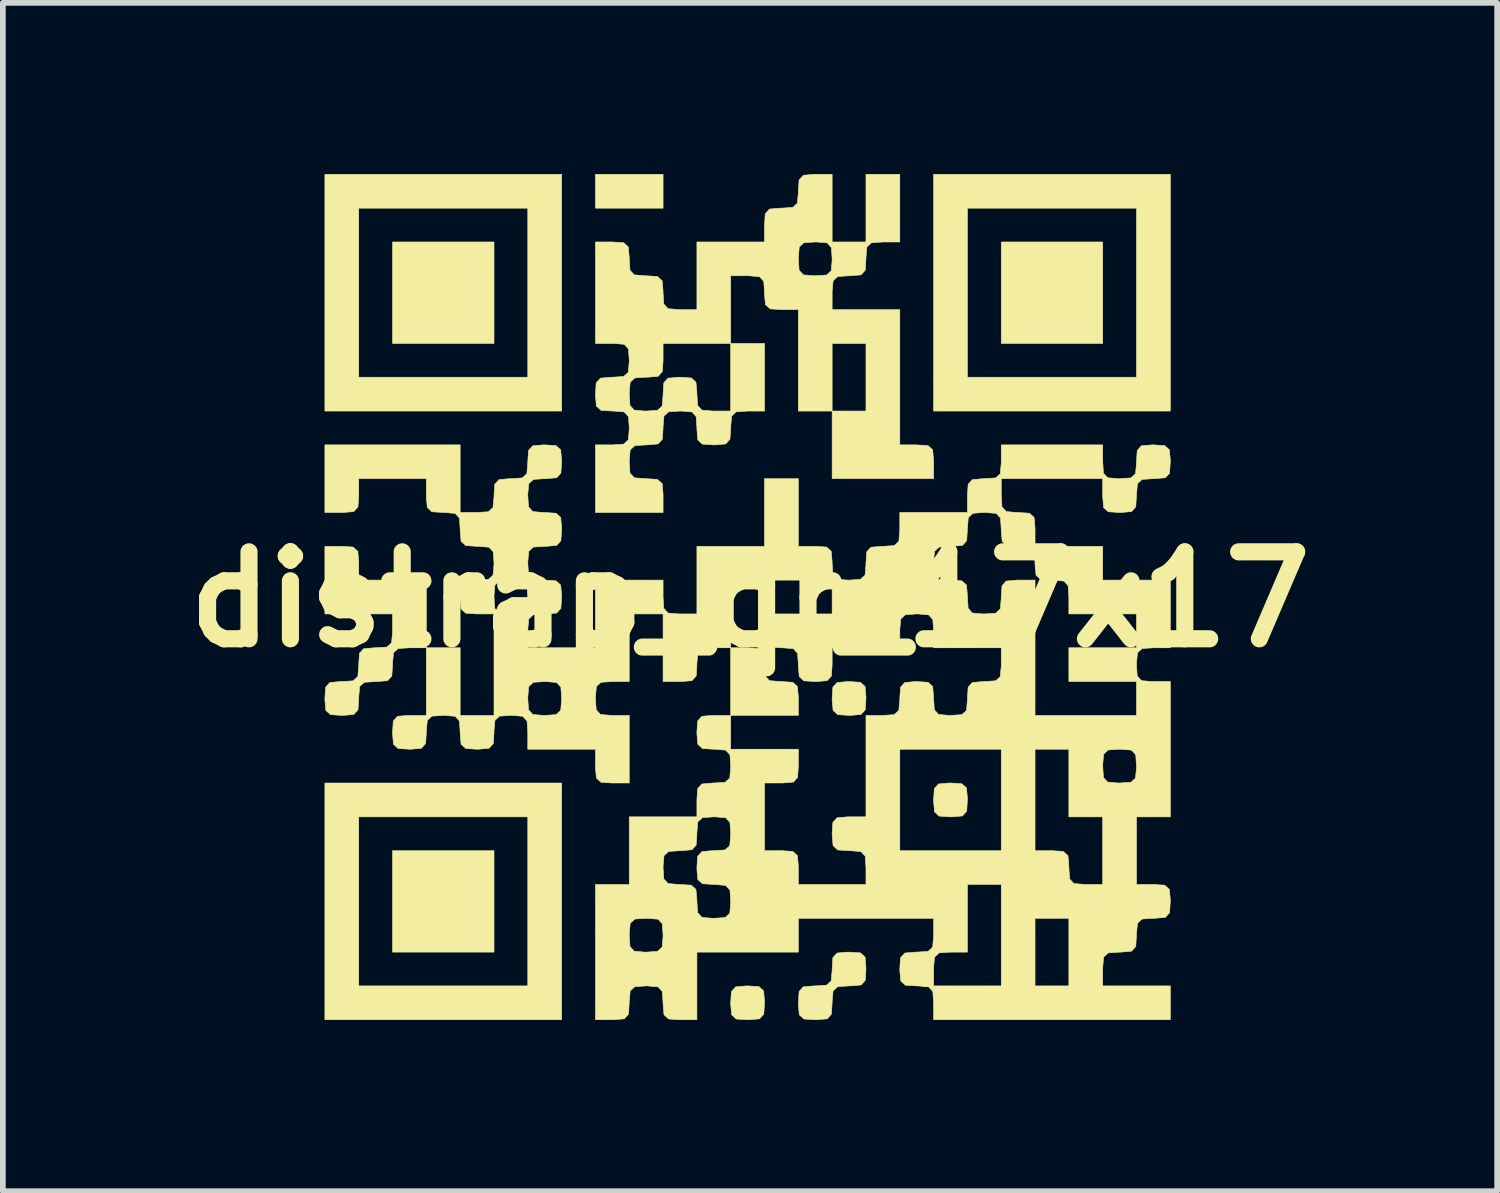
<source format=kicad_pcb>
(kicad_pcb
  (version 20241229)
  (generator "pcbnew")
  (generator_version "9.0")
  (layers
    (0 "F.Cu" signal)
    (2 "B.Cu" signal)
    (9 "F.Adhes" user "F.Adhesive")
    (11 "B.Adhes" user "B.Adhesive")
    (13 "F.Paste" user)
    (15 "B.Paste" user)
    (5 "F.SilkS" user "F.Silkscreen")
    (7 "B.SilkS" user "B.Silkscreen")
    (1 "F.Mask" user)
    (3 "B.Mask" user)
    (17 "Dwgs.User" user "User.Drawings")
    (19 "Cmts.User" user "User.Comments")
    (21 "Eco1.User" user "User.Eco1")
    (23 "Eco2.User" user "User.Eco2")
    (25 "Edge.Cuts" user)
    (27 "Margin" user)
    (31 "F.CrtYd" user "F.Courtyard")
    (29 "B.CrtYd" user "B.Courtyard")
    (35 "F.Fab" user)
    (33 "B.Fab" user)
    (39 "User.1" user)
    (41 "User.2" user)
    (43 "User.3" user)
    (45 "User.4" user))
  (footprint "distrap_qr_17x17"
    (layer "F.Cu")
    (at 10.095 7.456)
    (property "Reference" "distrap_qr_17x17" (at 0 0 0) (layer "F.SilkS") (effects (font (size 1.524 1.524) (thickness 0.3))))
    (attr through_hole)
    (fp_poly (pts (xy -4.487 -4.487) (xy -6.265 -4.487) (xy -6.265 -6.265) (xy -4.487 -6.265) (xy -4.487 -4.487)) (stroke (width 0.01) (type solid)) (fill yes) (layer "F.SilkS"))
    (fp_poly (pts (xy -4.487 6.181) (xy -6.265 6.181) (xy -6.265 4.403) (xy -4.487 4.403) (xy -4.487 6.181)) (stroke (width 0.01) (type solid)) (fill yes) (layer "F.SilkS"))
    (fp_poly (pts (xy -1.524 -6.858) (xy -2.709 -6.858) (xy -2.709 -7.451) (xy -1.524 -7.451) (xy -1.524 -6.858)) (stroke (width 0.01) (type solid)) (fill yes) (layer "F.SilkS"))
    (fp_poly (pts (xy 6.181 -4.487) (xy 4.403 -4.487) (xy 4.403 -6.265) (xy 6.181 -6.265) (xy 6.181 -4.487)) (stroke (width 0.01) (type solid)) (fill yes) (layer "F.SilkS"))
    (fp_poly (pts (xy -3.302 -3.302) (xy -7.451 -3.302) (xy -7.451 -6.858) (xy -6.858 -6.858) (xy -6.858 -3.895) (xy -3.895 -3.895) (xy -3.895 -6.858) (xy -6.858 -6.858) (xy -7.451 -6.858) (xy -7.451 -7.451) (xy -3.302 -7.451) (xy -3.302 -3.302)) (stroke (width 0.01) (type solid)) (fill yes) (layer "F.SilkS"))
    (fp_poly (pts (xy -3.302 7.366) (xy -7.451 7.366) (xy -7.451 3.81) (xy -6.858 3.81) (xy -6.858 6.773) (xy -3.895 6.773) (xy -3.895 3.81) (xy -6.858 3.81) (xy -7.451 3.81) (xy -7.451 3.217) (xy -3.302 3.217) (xy -3.302 7.366)) (stroke (width 0.01) (type solid)) (fill yes) (layer "F.SilkS"))
    (fp_poly (pts (xy 7.366 -3.302) (xy 3.217 -3.302) (xy 3.217 -6.858) (xy 3.81 -6.858) (xy 3.81 -3.895) (xy 6.773 -3.895) (xy 6.773 -6.858) (xy 3.81 -6.858) (xy 3.217 -6.858) (xy 3.217 -7.451) (xy 7.366 -7.451) (xy 7.366 -3.302)) (stroke (width 0.01) (type solid)) (fill yes) (layer "F.SilkS"))
    (fp_poly (pts (xy 0.156 6.786) (xy 0.238 6.86) (xy 0.254 7.047) (xy 0.254 7.07) (xy 0.241 7.268) (xy 0.167 7.35) (xy -0.02 7.366) (xy -0.042 7.366) (xy -0.241 7.353) (xy -0.322 7.279) (xy -0.339 7.092) (xy -0.339 7.07) (xy -0.326 6.871) (xy -0.252 6.79) (xy -0.065 6.773) (xy -0.042 6.773) (xy 0.156 6.786)) (stroke (width 0.01) (type solid)) (fill yes) (layer "F.SilkS"))
    (fp_poly (pts (xy 1.934 1.452) (xy 2.016 1.526) (xy 2.032 1.713) (xy 2.032 1.736) (xy 2.019 1.934) (xy 1.945 2.016) (xy 1.758 2.032) (xy 1.736 2.032) (xy 1.537 2.019) (xy 1.456 1.945) (xy 1.439 1.758) (xy 1.439 1.736) (xy 1.452 1.537) (xy 1.526 1.456) (xy 1.713 1.439) (xy 1.736 1.439) (xy 1.934 1.452)) (stroke (width 0.01) (type solid)) (fill yes) (layer "F.SilkS"))
    (fp_poly (pts (xy 3.712 3.23) (xy 3.794 3.304) (xy 3.81 3.491) (xy 3.81 3.514) (xy 3.797 3.712) (xy 3.723 3.794) (xy 3.536 3.81) (xy 3.514 3.81) (xy 3.315 3.797) (xy 3.234 3.723) (xy 3.217 3.536) (xy 3.217 3.514) (xy 3.23 3.315) (xy 3.304 3.234) (xy 3.491 3.217) (xy 3.514 3.217) (xy 3.712 3.23)) (stroke (width 0.01) (type solid)) (fill yes) (layer "F.SilkS"))
    (fp_poly (pts (xy 1.934 6.194) (xy 2.016 6.268) (xy 2.032 6.454) (xy 2.032 6.477) (xy 2.019 6.676) (xy 1.945 6.757) (xy 1.758 6.773) (xy 1.736 6.773) (xy 1.537 6.786) (xy 1.456 6.86) (xy 1.439 7.047) (xy 1.439 7.07) (xy 1.426 7.268) (xy 1.352 7.35) (xy 1.166 7.366) (xy 1.143 7.366) (xy 0.944 7.353) (xy 0.863 7.279) (xy 0.847 7.092) (xy 0.847 7.07) (xy 0.86 6.871) (xy 0.934 6.79) (xy 1.12 6.773) (xy 1.143 6.773) (xy 1.342 6.76) (xy 1.423 6.686) (xy 1.439 6.5) (xy 1.439 6.477) (xy 1.452 6.278) (xy 1.526 6.197) (xy 1.713 6.181) (xy 1.736 6.181) (xy 1.934 6.194)) (stroke (width 0.01) (type solid)) (fill yes) (layer "F.SilkS"))
    (fp_poly (pts (xy -6.956 -0.918) (xy -6.874 -0.844) (xy -6.858 -0.658) (xy -6.858 -0.635) (xy -6.858 -0.339) (xy -5.673 -0.339) (xy -5.673 0.847) (xy -5.969 0.847) (xy -6.168 0.86) (xy -6.249 0.934) (xy -6.265 1.12) (xy -6.265 1.143) (xy -6.278 1.342) (xy -6.352 1.423) (xy -6.539 1.439) (xy -6.562 1.439) (xy -6.76 1.452) (xy -6.842 1.526) (xy -6.858 1.713) (xy -6.858 1.736) (xy -6.871 1.934) (xy -6.945 2.016) (xy -7.132 2.032) (xy -7.154 2.032) (xy -7.353 2.019) (xy -7.434 1.945) (xy -7.451 1.758) (xy -7.451 1.736) (xy -7.438 1.537) (xy -7.364 1.456) (xy -7.177 1.439) (xy -7.154 1.439) (xy -6.956 1.426) (xy -6.874 1.352) (xy -6.858 1.166) (xy -6.858 1.143) (xy -6.845 0.944) (xy -6.771 0.863) (xy -6.584 0.847) (xy -6.562 0.847) (xy -6.363 0.834) (xy -6.282 0.76) (xy -6.265 0.573) (xy -6.265 0.55) (xy -6.265 0.254) (xy -7.451 0.254) (xy -7.451 -0.931) (xy -7.154 -0.931) (xy -6.956 -0.918)) (stroke (width 0.01) (type solid)) (fill yes) (layer "F.SilkS"))
    (fp_poly (pts (xy 0.254 -4.487) (xy 0.254 -3.302) (xy -0.042 -3.302) (xy -0.241 -3.289) (xy -0.322 -3.215) (xy -0.339 -3.028) (xy -0.339 -3.006) (xy -0.352 -2.807) (xy -0.426 -2.726) (xy -0.612 -2.709) (xy -0.635 -2.709) (xy -0.834 -2.722) (xy -0.915 -2.796) (xy -0.931 -2.983) (xy -0.931 -3.006) (xy -0.944 -3.204) (xy -1.018 -3.286) (xy -1.205 -3.302) (xy -1.228 -3.302) (xy -1.426 -3.289) (xy -1.508 -3.215) (xy -1.524 -3.028) (xy -1.524 -3.006) (xy -1.537 -2.807) (xy -1.611 -2.726) (xy -1.798 -2.709) (xy -1.82 -2.709) (xy -2.019 -2.696) (xy -2.1 -2.622) (xy -2.117 -2.436) (xy -2.117 -2.413) (xy -2.104 -2.214) (xy -2.03 -2.133) (xy -1.843 -2.117) (xy -1.82 -2.117) (xy -1.622 -2.104) (xy -1.54 -2.03) (xy -1.524 -1.843) (xy -1.524 -1.82) (xy -1.524 -1.524) (xy -2.709 -1.524) (xy -2.709 -2.709) (xy -2.413 -2.709) (xy -2.214 -2.722) (xy -2.133 -2.796) (xy -2.117 -2.983) (xy -2.117 -3.006) (xy -2.13 -3.204) (xy -2.204 -3.286) (xy -2.39 -3.302) (xy -2.413 -3.302) (xy -2.612 -3.315) (xy -2.693 -3.389) (xy -2.709 -3.576) (xy -2.709 -3.598) (xy -2.117 -3.598) (xy -2.104 -3.4) (xy -2.03 -3.318) (xy -1.843 -3.302) (xy -1.82 -3.302) (xy -1.622 -3.315) (xy -1.54 -3.389) (xy -1.524 -3.576) (xy -1.524 -3.598) (xy -1.511 -3.797) (xy -1.437 -3.878) (xy -1.25 -3.895) (xy -1.228 -3.895) (xy -1.029 -3.882) (xy -0.948 -3.808) (xy -0.931 -3.621) (xy -0.931 -3.598) (xy -0.918 -3.4) (xy -0.844 -3.318) (xy -0.658 -3.302) (xy -0.635 -3.302) (xy -0.339 -3.302) (xy -0.339 -4.487) (xy -1.524 -4.487) (xy -1.524 -4.191) (xy -1.537 -3.992) (xy -1.611 -3.911) (xy -1.798 -3.895) (xy -1.82 -3.895) (xy -2.019 -3.882) (xy -2.1 -3.808) (xy -2.117 -3.621) (xy -2.117 -3.598) (xy -2.709 -3.598) (xy -2.696 -3.797) (xy -2.622 -3.878) (xy -2.436 -3.895) (xy -2.413 -3.895) (xy -2.214 -3.908) (xy -2.133 -3.982) (xy -2.117 -4.168) (xy -2.117 -4.191) (xy -2.13 -4.39) (xy -2.204 -4.471) (xy -2.39 -4.487) (xy -2.413 -4.487) (xy -2.709 -4.487) (xy -2.709 -6.265) (xy -2.413 -6.265) (xy -2.214 -6.252) (xy -2.133 -6.178) (xy -2.117 -5.992) (xy -2.117 -5.969) (xy -2.104 -5.77) (xy -2.03 -5.689) (xy -1.843 -5.673) (xy -1.82 -5.673) (xy -1.622 -5.66) (xy -1.54 -5.586) (xy -1.524 -5.399) (xy -1.524 -5.376) (xy -1.511 -5.178) (xy -1.437 -5.096) (xy -1.25 -5.08) (xy -1.228 -5.08) (xy -0.931 -5.08) (xy -0.931 -5.969) (xy 0.847 -5.969) (xy 0.86 -5.77) (xy 0.934 -5.689) (xy 1.12 -5.673) (xy 1.143 -5.673) (xy 1.342 -5.686) (xy 1.423 -5.76) (xy 1.439 -5.946) (xy 1.439 -5.969) (xy 1.426 -6.168) (xy 1.352 -6.249) (xy 1.166 -6.265) (xy 1.143 -6.265) (xy 0.944 -6.252) (xy 0.863 -6.178) (xy 0.847 -5.992) (xy 0.847 -5.969) (xy -0.931 -5.969) (xy -0.931 -6.265) (xy 0.254 -6.265) (xy 0.254 -6.562) (xy 0.267 -6.76) (xy 0.341 -6.842) (xy 0.528 -6.858) (xy 0.55 -6.858) (xy 0.749 -6.871) (xy 0.83 -6.945) (xy 0.847 -7.132) (xy 0.847 -7.154) (xy 0.86 -7.353) (xy 0.934 -7.434) (xy 1.12 -7.451) (xy 1.143 -7.451) (xy 1.439 -7.451) (xy 1.439 -6.265) (xy 2.032 -6.265) (xy 2.032 -7.451) (xy 2.625 -7.451) (xy 2.625 -6.265) (xy 2.328 -6.265) (xy 2.13 -6.252) (xy 2.048 -6.178) (xy 2.032 -5.992) (xy 2.032 -5.969) (xy 2.019 -5.77) (xy 1.945 -5.689) (xy 1.758 -5.673) (xy 1.736 -5.673) (xy 1.537 -5.66) (xy 1.456 -5.586) (xy 1.439 -5.399) (xy 1.439 -5.376) (xy 1.439 -5.08) (xy 2.625 -5.08) (xy 2.625 -2.709) (xy 2.921 -2.709) (xy 3.12 -2.696) (xy 3.201 -2.622) (xy 3.217 -2.436) (xy 3.217 -2.413) (xy 3.217 -2.117) (xy 1.439 -2.117) (xy 1.439 -3.302) (xy 0.847 -3.302) (xy 0.847 -4.487) (xy 1.439 -4.487) (xy 1.439 -3.302) (xy 2.032 -3.302) (xy 2.032 -4.487) (xy 1.439 -4.487) (xy 0.847 -4.487) (xy 0.847 -5.08) (xy 0.55 -5.08) (xy 0.352 -5.093) (xy 0.27 -5.167) (xy 0.254 -5.354) (xy 0.254 -5.376) (xy 0.241 -5.575) (xy 0.167 -5.656) (xy -0.02 -5.673) (xy -0.042 -5.673) (xy -0.339 -5.673) (xy -0.339 -4.487) (xy 0.254 -4.487)) (stroke (width 0.01) (type solid)) (fill yes) (layer "F.SilkS"))
    (fp_poly (pts (xy -0.635 0.847) (xy -0.834 0.86) (xy -0.915 0.934) (xy -0.931 1.12) (xy -0.931 1.143) (xy -0.944 1.342) (xy -1.018 1.423) (xy -1.205 1.439) (xy -1.228 1.439) (xy -1.524 1.439) (xy -1.524 0.254) (xy -2.117 0.254) (xy -2.117 1.439) (xy -2.413 1.439) (xy -2.612 1.452) (xy -2.693 1.526) (xy -2.709 1.713) (xy -2.709 1.736) (xy -2.696 1.934) (xy -2.622 2.016) (xy -2.436 2.032) (xy -2.413 2.032) (xy -2.117 2.032) (xy -2.117 3.217) (xy -2.413 3.217) (xy -2.612 3.204) (xy -2.693 3.13) (xy -2.709 2.944) (xy -2.709 2.921) (xy -2.709 2.625) (xy -3.895 2.625) (xy -3.895 2.328) (xy -3.908 2.13) (xy -3.982 2.048) (xy -4.168 2.032) (xy -4.191 2.032) (xy -4.39 2.045) (xy -4.471 2.119) (xy -4.487 2.306) (xy -4.487 2.328) (xy -4.5 2.527) (xy -4.574 2.608) (xy -4.761 2.625) (xy -4.784 2.625) (xy -4.982 2.612) (xy -5.064 2.538) (xy -5.08 2.351) (xy -5.08 2.328) (xy -5.093 2.13) (xy -5.167 2.048) (xy -5.354 2.032) (xy -5.376 2.032) (xy -5.575 2.045) (xy -5.656 2.119) (xy -5.673 2.306) (xy -5.673 2.328) (xy -5.686 2.527) (xy -5.76 2.608) (xy -5.946 2.625) (xy -5.969 2.625) (xy -6.168 2.612) (xy -6.249 2.538) (xy -6.265 2.351) (xy -6.265 2.328) (xy -6.252 2.13) (xy -6.178 2.048) (xy -5.992 2.032) (xy -5.969 2.032) (xy -5.673 2.032) (xy -5.673 0.847) (xy -5.08 0.847) (xy -5.08 2.032) (xy -4.487 2.032) (xy -4.487 1.736) (xy -3.895 1.736) (xy -3.882 1.934) (xy -3.808 2.016) (xy -3.621 2.032) (xy -3.598 2.032) (xy -3.4 2.019) (xy -3.318 1.945) (xy -3.302 1.758) (xy -3.302 1.736) (xy -3.315 1.537) (xy -3.389 1.456) (xy -3.576 1.439) (xy -3.598 1.439) (xy -3.797 1.452) (xy -3.878 1.526) (xy -3.895 1.713) (xy -3.895 1.736) (xy -4.487 1.736) (xy -4.487 0.254) (xy -4.784 0.254) (xy -4.982 0.241) (xy -5.064 0.167) (xy -5.08 -0.02) (xy -5.08 -0.042) (xy -4.487 -0.042) (xy -4.474 0.156) (xy -4.4 0.238) (xy -4.214 0.254) (xy -4.191 0.254) (xy -3.992 0.241) (xy -3.911 0.167) (xy -3.895 -0.02) (xy -3.895 -0.042) (xy -3.908 -0.241) (xy -3.982 -0.322) (xy -4.168 -0.339) (xy -4.191 -0.339) (xy -4.39 -0.326) (xy -4.471 -0.252) (xy -4.487 -0.065) (xy -4.487 -0.042) (xy -5.08 -0.042) (xy -5.067 -0.241) (xy -4.993 -0.322) (xy -4.806 -0.339) (xy -4.784 -0.339) (xy -4.585 -0.352) (xy -4.504 -0.426) (xy -4.487 -0.612) (xy -4.487 -0.635) (xy -4.5 -0.834) (xy -4.574 -0.915) (xy -4.761 -0.931) (xy -4.784 -0.931) (xy -4.982 -0.944) (xy -5.064 -1.018) (xy -5.08 -1.205) (xy -5.08 -1.228) (xy -5.093 -1.426) (xy -5.167 -1.508) (xy -5.354 -1.524) (xy -5.376 -1.524) (xy -5.575 -1.537) (xy -5.656 -1.611) (xy -5.673 -1.798) (xy -5.673 -1.82) (xy -5.673 -2.117) (xy -6.858 -2.117) (xy -6.858 -1.82) (xy -6.871 -1.622) (xy -6.945 -1.54) (xy -7.132 -1.524) (xy -7.154 -1.524) (xy -7.451 -1.524) (xy -7.451 -2.709) (xy -5.08 -2.709) (xy -5.08 -1.524) (xy -4.784 -1.524) (xy -4.585 -1.537) (xy -4.504 -1.611) (xy -4.487 -1.798) (xy -4.487 -1.82) (xy -4.474 -2.019) (xy -4.4 -2.1) (xy -4.214 -2.117) (xy -4.191 -2.117) (xy -3.992 -2.13) (xy -3.911 -2.204) (xy -3.895 -2.39) (xy -3.895 -2.413) (xy -3.882 -2.612) (xy -3.808 -2.693) (xy -3.621 -2.709) (xy -3.598 -2.709) (xy -3.4 -2.696) (xy -3.318 -2.622) (xy -3.302 -2.436) (xy -3.302 -2.413) (xy -3.315 -2.214) (xy -3.389 -2.133) (xy -3.576 -2.117) (xy -3.598 -2.117) (xy -3.797 -2.104) (xy -3.878 -2.03) (xy -3.895 -1.843) (xy -3.895 -1.82) (xy -3.882 -1.622) (xy -3.808 -1.54) (xy -3.621 -1.524) (xy -3.598 -1.524) (xy -3.4 -1.511) (xy -3.318 -1.437) (xy -3.302 -1.25) (xy -3.302 -1.228) (xy -3.315 -1.029) (xy -3.389 -0.948) (xy -3.576 -0.931) (xy -3.598 -0.931) (xy -3.797 -0.918) (xy -3.878 -0.844) (xy -3.895 -0.658) (xy -3.895 -0.635) (xy -3.882 -0.436) (xy -3.808 -0.355) (xy -3.621 -0.339) (xy -3.598 -0.339) (xy -3.4 -0.326) (xy -3.318 -0.252) (xy -3.302 -0.065) (xy -3.302 -0.042) (xy -3.315 0.156) (xy -3.389 0.238) (xy -3.576 0.254) (xy -3.598 0.254) (xy -3.797 0.267) (xy -3.878 0.341) (xy -3.895 0.528) (xy -3.895 0.55) (xy -3.895 0.847) (xy -2.709 0.847) (xy -2.709 -0.339) (xy -1.524 -0.339) (xy -1.524 -0.042) (xy -1.511 0.156) (xy -1.437 0.238) (xy -1.25 0.254) (xy -1.228 0.254) (xy -0.931 0.254) (xy -0.931 -0.931) (xy 0.254 -0.931) (xy 0.254 -2.117) (xy 0.847 -2.117) (xy 0.847 -0.931) (xy 1.143 -0.931) (xy 1.342 -0.918) (xy 1.423 -0.844) (xy 1.439 -0.658) (xy 1.439 -0.635) (xy 1.452 -0.436) (xy 1.526 -0.355) (xy 1.713 -0.339) (xy 1.736 -0.339) (xy 1.934 -0.352) (xy 2.016 -0.426) (xy 2.032 -0.612) (xy 2.032 -0.635) (xy 3.217 -0.635) (xy 3.23 -0.436) (xy 3.304 -0.355) (xy 3.491 -0.339) (xy 3.514 -0.339) (xy 3.712 -0.326) (xy 3.794 -0.252) (xy 3.81 -0.065) (xy 3.81 -0.042) (xy 3.823 0.156) (xy 3.897 0.238) (xy 4.084 0.254) (xy 4.106 0.254) (xy 4.305 0.241) (xy 4.386 0.167) (xy 4.403 -0.02) (xy 4.403 -0.042) (xy 4.416 -0.241) (xy 4.49 -0.322) (xy 4.676 -0.339) (xy 4.699 -0.339) (xy 4.995 -0.339) (xy 4.995 2.032) (xy 6.773 2.032) (xy 6.773 1.439) (xy 5.588 1.439) (xy 5.588 0.847) (xy 6.773 0.847) (xy 6.773 0.254) (xy 5.588 0.254) (xy 5.588 -0.042) (xy 5.575 -0.241) (xy 5.501 -0.322) (xy 5.314 -0.339) (xy 5.292 -0.339) (xy 5.093 -0.352) (xy 5.012 -0.426) (xy 4.995 -0.612) (xy 4.995 -0.635) (xy 4.982 -0.834) (xy 4.908 -0.915) (xy 4.722 -0.931) (xy 4.699 -0.931) (xy 4.5 -0.944) (xy 4.419 -1.018) (xy 4.403 -1.205) (xy 4.403 -1.228) (xy 4.39 -1.426) (xy 4.316 -1.508) (xy 4.129 -1.524) (xy 4.106 -1.524) (xy 3.908 -1.511) (xy 3.826 -1.437) (xy 3.81 -1.25) (xy 3.81 -1.228) (xy 3.797 -1.029) (xy 3.723 -0.948) (xy 3.536 -0.931) (xy 3.514 -0.931) (xy 3.315 -0.918) (xy 3.234 -0.844) (xy 3.217 -0.658) (xy 3.217 -0.635) (xy 2.032 -0.635) (xy 2.045 -0.834) (xy 2.119 -0.915) (xy 2.306 -0.931) (xy 2.328 -0.931) (xy 2.527 -0.944) (xy 2.608 -1.018) (xy 2.625 -1.205) (xy 2.625 -1.228) (xy 2.625 -1.524) (xy 3.81 -1.524) (xy 3.81 -1.82) (xy 3.823 -2.019) (xy 3.897 -2.1) (xy 4.084 -2.117) (xy 4.106 -2.117) (xy 4.305 -2.13) (xy 4.386 -2.204) (xy 4.403 -2.39) (xy 4.403 -2.413) (xy 4.403 -2.709) (xy 6.181 -2.709) (xy 6.181 -2.413) (xy 6.194 -2.214) (xy 6.268 -2.133) (xy 6.454 -2.117) (xy 6.477 -2.117) (xy 6.676 -2.13) (xy 6.757 -2.204) (xy 6.773 -2.39) (xy 6.773 -2.413) (xy 6.786 -2.612) (xy 6.86 -2.693) (xy 7.047 -2.709) (xy 7.07 -2.709) (xy 7.268 -2.696) (xy 7.35 -2.622) (xy 7.366 -2.436) (xy 7.366 -2.413) (xy 7.353 -2.214) (xy 7.279 -2.133) (xy 7.092 -2.117) (xy 7.07 -2.117) (xy 6.871 -2.104) (xy 6.79 -2.03) (xy 6.773 -1.843) (xy 6.773 -1.82) (xy 6.76 -1.622) (xy 6.686 -1.54) (xy 6.5 -1.524) (xy 6.477 -1.524) (xy 6.278 -1.537) (xy 6.197 -1.611) (xy 6.181 -1.798) (xy 6.181 -1.82) (xy 6.181 -2.117) (xy 4.403 -2.117) (xy 4.403 -1.82) (xy 4.416 -1.622) (xy 4.49 -1.54) (xy 4.676 -1.524) (xy 4.699 -1.524) (xy 4.898 -1.511) (xy 4.979 -1.437) (xy 4.995 -1.25) (xy 4.995 -1.228) (xy 4.995 -0.931) (xy 6.181 -0.931) (xy 6.181 -0.339) (xy 7.366 -0.339) (xy 7.366 0.847) (xy 7.07 0.847) (xy 6.871 0.86) (xy 6.79 0.934) (xy 6.773 1.12) (xy 6.773 1.143) (xy 6.786 1.342) (xy 6.86 1.423) (xy 7.047 1.439) (xy 7.07 1.439) (xy 7.366 1.439) (xy 7.366 3.81) (xy 6.773 3.81) (xy 6.773 4.995) (xy 7.07 4.995) (xy 7.268 5.008) (xy 7.35 5.082) (xy 7.366 5.269) (xy 7.366 5.292) (xy 7.353 5.49) (xy 7.279 5.572) (xy 7.092 5.588) (xy 7.07 5.588) (xy 6.871 5.601) (xy 6.79 5.675) (xy 6.773 5.862) (xy 6.773 5.884) (xy 6.76 6.083) (xy 6.686 6.164) (xy 6.5 6.181) (xy 6.477 6.181) (xy 6.278 6.194) (xy 6.197 6.268) (xy 6.181 6.454) (xy 6.181 6.477) (xy 6.181 6.773) (xy 7.366 6.773) (xy 7.366 7.366) (xy 3.217 7.366) (xy 3.217 7.07) (xy 3.204 6.871) (xy 3.13 6.79) (xy 2.944 6.773) (xy 2.921 6.773) (xy 2.722 6.76) (xy 2.641 6.686) (xy 2.625 6.5) (xy 2.625 6.477) (xy 3.217 6.477) (xy 3.217 6.773) (xy 4.403 6.773) (xy 4.403 5.588) (xy 4.995 5.588) (xy 4.995 6.773) (xy 5.588 6.773) (xy 5.588 5.588) (xy 4.995 5.588) (xy 4.403 5.588) (xy 4.403 4.995) (xy 3.81 4.995) (xy 3.81 6.181) (xy 3.514 6.181) (xy 3.315 6.194) (xy 3.234 6.268) (xy 3.217 6.454) (xy 3.217 6.477) (xy 2.625 6.477) (xy 2.638 6.278) (xy 2.712 6.197) (xy 2.898 6.181) (xy 2.921 6.181) (xy 3.12 6.168) (xy 3.201 6.094) (xy 3.217 5.907) (xy 3.217 5.884) (xy 3.217 5.588) (xy 0.847 5.588) (xy 0.847 6.181) (xy -0.931 6.181) (xy -0.931 7.366) (xy -1.228 7.366) (xy -1.426 7.353) (xy -1.508 7.279) (xy -1.524 7.092) (xy -1.524 7.07) (xy -1.537 6.871) (xy -1.611 6.79) (xy -1.798 6.773) (xy -1.82 6.773) (xy -2.019 6.786) (xy -2.1 6.86) (xy -2.117 7.047) (xy -2.117 7.07) (xy -2.13 7.268) (xy -2.204 7.35) (xy -2.39 7.366) (xy -2.413 7.366) (xy -2.709 7.366) (xy -2.709 5.884) (xy -2.117 5.884) (xy -2.104 6.083) (xy -2.03 6.164) (xy -1.843 6.181) (xy -1.82 6.181) (xy -1.622 6.168) (xy -1.54 6.094) (xy -1.524 5.907) (xy -1.524 5.884) (xy -1.537 5.686) (xy -1.611 5.604) (xy -1.798 5.588) (xy -1.82 5.588) (xy -2.019 5.601) (xy -2.1 5.675) (xy -2.117 5.862) (xy -2.117 5.884) (xy -2.709 5.884) (xy -2.709 4.995) (xy -2.117 4.995) (xy -2.117 4.699) (xy -1.524 4.699) (xy -1.511 4.898) (xy -1.437 4.979) (xy -1.25 4.995) (xy -1.228 4.995) (xy -1.029 5.008) (xy -0.948 5.082) (xy -0.931 5.269) (xy -0.931 5.292) (xy -0.918 5.49) (xy -0.844 5.572) (xy -0.658 5.588) (xy -0.635 5.588) (xy -0.436 5.575) (xy -0.355 5.501) (xy -0.339 5.314) (xy -0.339 5.292) (xy -0.352 5.093) (xy -0.426 5.012) (xy -0.612 4.995) (xy -0.635 4.995) (xy -0.834 4.982) (xy -0.915 4.908) (xy -0.931 4.722) (xy -0.931 4.699) (xy -0.918 4.5) (xy -0.844 4.419) (xy -0.658 4.403) (xy -0.635 4.403) (xy -0.436 4.39) (xy -0.355 4.316) (xy -0.339 4.129) (xy -0.339 4.106) (xy -0.352 3.908) (xy -0.426 3.826) (xy -0.612 3.81) (xy -0.635 3.81) (xy -0.834 3.823) (xy -0.915 3.897) (xy -0.931 4.084) (xy -0.931 4.106) (xy -0.944 4.305) (xy -1.018 4.386) (xy -1.205 4.403) (xy -1.228 4.403) (xy -1.426 4.416) (xy -1.508 4.49) (xy -1.524 4.676) (xy -1.524 4.699) (xy -2.117 4.699) (xy -2.117 3.81) (xy -0.931 3.81) (xy -0.931 3.514) (xy -0.918 3.315) (xy -0.844 3.234) (xy -0.658 3.217) (xy -0.635 3.217) (xy -0.436 3.204) (xy -0.355 3.13) (xy -0.339 2.944) (xy -0.339 2.921) (xy -0.352 2.722) (xy -0.426 2.641) (xy -0.612 2.625) (xy -0.635 2.625) (xy -0.834 2.612) (xy -0.915 2.538) (xy -0.931 2.351) (xy -0.931 2.328) (xy -0.918 2.13) (xy -0.844 2.048) (xy -0.658 2.032) (xy -0.635 2.032) (xy -0.339 2.032) (xy -0.339 2.625) (xy 0.847 2.625) (xy 0.847 2.921) (xy 0.834 3.12) (xy 0.76 3.201) (xy 0.573 3.217) (xy 0.55 3.217) (xy 0.254 3.217) (xy 0.254 4.403) (xy 0.55 4.403) (xy 0.749 4.416) (xy 0.83 4.49) (xy 0.847 4.676) (xy 0.847 4.699) (xy 0.847 4.995) (xy 2.032 4.995) (xy 2.032 4.699) (xy 2.019 4.5) (xy 1.945 4.419) (xy 1.758 4.403) (xy 1.736 4.403) (xy 1.537 4.39) (xy 1.456 4.316) (xy 1.439 4.129) (xy 1.439 4.106) (xy 1.452 3.908) (xy 1.526 3.826) (xy 1.713 3.81) (xy 1.736 3.81) (xy 2.032 3.81) (xy 2.032 2.625) (xy 2.625 2.625) (xy 2.625 4.403) (xy 4.403 4.403) (xy 4.403 2.625) (xy 4.995 2.625) (xy 4.995 4.403) (xy 5.292 4.403) (xy 5.49 4.416) (xy 5.572 4.49) (xy 5.588 4.676) (xy 5.588 4.699) (xy 5.601 4.898) (xy 5.675 4.979) (xy 5.862 4.995) (xy 5.884 4.995) (xy 6.181 4.995) (xy 6.181 3.81) (xy 5.588 3.81) (xy 5.588 2.921) (xy 6.181 2.921) (xy 6.194 3.12) (xy 6.268 3.201) (xy 6.454 3.217) (xy 6.477 3.217) (xy 6.676 3.204) (xy 6.757 3.13) (xy 6.773 2.944) (xy 6.773 2.921) (xy 6.76 2.722) (xy 6.686 2.641) (xy 6.5 2.625) (xy 6.477 2.625) (xy 6.278 2.638) (xy 6.197 2.712) (xy 6.181 2.898) (xy 6.181 2.921) (xy 5.588 2.921) (xy 5.588 2.625) (xy 4.995 2.625) (xy 4.403 2.625) (xy 2.625 2.625) (xy 2.032 2.625) (xy 2.032 2.032) (xy 2.328 2.032) (xy 2.527 2.019) (xy 2.608 1.945) (xy 2.625 1.758) (xy 2.625 1.736) (xy 2.638 1.537) (xy 2.712 1.456) (xy 2.898 1.439) (xy 2.921 1.439) (xy 3.12 1.452) (xy 3.201 1.526) (xy 3.217 1.713) (xy 3.217 1.736) (xy 3.23 1.934) (xy 3.304 2.016) (xy 3.491 2.032) (xy 3.514 2.032) (xy 3.712 2.019) (xy 3.794 1.945) (xy 3.81 1.758) (xy 3.81 1.736) (xy 3.823 1.537) (xy 3.897 1.456) (xy 4.084 1.439) (xy 4.106 1.439) (xy 4.305 1.426) (xy 4.386 1.352) (xy 4.403 1.166) (xy 4.403 1.143) (xy 4.403 0.847) (xy 3.217 0.847) (xy 3.217 0.55) (xy 3.204 0.352) (xy 3.13 0.27) (xy 2.944 0.254) (xy 2.921 0.254) (xy 2.722 0.267) (xy 2.641 0.341) (xy 2.625 0.528) (xy 2.625 0.55) (xy 2.625 0.847) (xy 1.439 0.847) (xy 1.439 1.143) (xy 1.426 1.342) (xy 1.352 1.423) (xy 1.166 1.439) (xy 1.143 1.439) (xy 0.944 1.426) (xy 0.863 1.352) (xy 0.847 1.166) (xy 0.847 1.143) (xy 0.834 0.944) (xy 0.76 0.863) (xy 0.573 0.847) (xy 0.55 0.847) (xy 0.352 0.834) (xy 0.27 0.76) (xy 0.254 0.573) (xy 0.254 0.55) (xy 0.254 0.254) (xy 1.439 0.254) (xy 1.439 -0.339) (xy -0.339 -0.339) (xy -0.339 0.847) (xy -0.042 0.847) (xy 0.156 0.86) (xy 0.238 0.934) (xy 0.254 1.12) (xy 0.254 1.143) (xy 0.267 1.342) (xy 0.341 1.423) (xy 0.528 1.439) (xy 0.55 1.439) (xy 0.749 1.452) (xy 0.83 1.526) (xy 0.847 1.713) (xy 0.847 1.736) (xy 0.847 2.032) (xy -0.339 2.032) (xy -0.339 0.847) (xy -0.635 0.847)) (stroke (width 0.01) (type solid)) (fill yes) (layer "F.SilkS")))
  (gr_rect
    (start -3 -3)
    (end 23.189 17.827)
    (stroke (width 0.1) (type default))
    (fill no)
    (layer "Edge.Cuts")))
</source>
